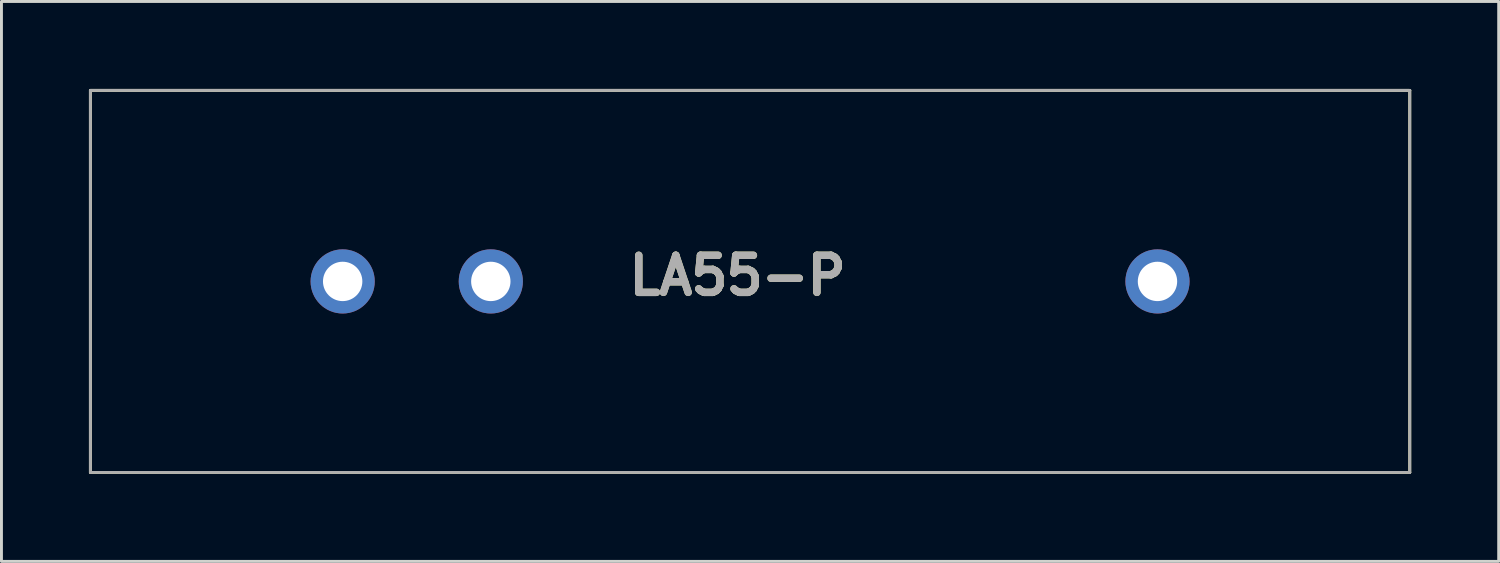
<source format=kicad_pcb>
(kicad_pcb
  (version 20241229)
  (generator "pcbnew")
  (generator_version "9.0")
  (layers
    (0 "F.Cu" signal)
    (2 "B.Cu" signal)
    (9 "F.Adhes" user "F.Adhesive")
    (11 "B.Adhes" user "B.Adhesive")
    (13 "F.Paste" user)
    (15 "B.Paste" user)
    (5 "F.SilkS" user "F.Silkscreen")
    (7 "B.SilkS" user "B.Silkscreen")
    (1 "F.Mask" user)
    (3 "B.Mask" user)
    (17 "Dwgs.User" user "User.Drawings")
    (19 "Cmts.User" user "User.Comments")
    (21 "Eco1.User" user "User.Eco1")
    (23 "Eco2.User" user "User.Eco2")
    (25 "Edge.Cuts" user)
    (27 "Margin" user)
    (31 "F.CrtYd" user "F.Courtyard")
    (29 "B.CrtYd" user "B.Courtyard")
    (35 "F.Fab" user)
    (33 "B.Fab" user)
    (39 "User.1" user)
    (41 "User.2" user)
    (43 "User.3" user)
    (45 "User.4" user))
  (footprint "LA55-P"
    (layer "F.Cu")
    (at 36.64 6.6)
    (property "Reference" "LA55-P" (at -14.4 -0.2 0) (layer "F.SilkS") (effects (font (size 1.27 1.27) (thickness 0.254))))
    (attr through_hole)
    (fp_line (start -36.59 -6.55) (end 8.65 -6.55) (stroke (width 0.1) (type solid)) (layer "F.SilkS"))
    (fp_line (start -36.59 6.55) (end -36.59 -6.55) (stroke (width 0.1) (type solid)) (layer "F.SilkS"))
    (fp_line (start 8.65 -6.55) (end 8.65 6.55) (stroke (width 0.1) (type solid)) (layer "F.SilkS"))
    (fp_line (start 8.65 6.55) (end -36.59 6.55) (stroke (width 0.1) (type solid)) (layer "F.SilkS"))
    (fp_line (start -36.59 -6.55) (end 8.65 -6.55) (stroke (width 0.1) (type solid)) (layer "F.Fab"))
    (fp_line (start -36.59 6.55) (end -36.59 -6.55) (stroke (width 0.1) (type solid)) (layer "F.Fab"))
    (fp_line (start 8.65 -6.55) (end 8.65 6.55) (stroke (width 0.1) (type solid)) (layer "F.Fab"))
    (fp_line (start 8.65 6.55) (end -36.59 6.55) (stroke (width 0.1) (type solid)) (layer "F.Fab"))
    (fp_text user "${REFERENCE}" (at -14.4 -0.2 0) (layer "F.Fab") (effects (font (size 1.27 1.27) (thickness 0.254))))
    (pad "1" thru_hole circle (at -27.94 0) (size 2.2 2.2) (drill 1.35) (layers "*.Cu" "*.Mask"))
    (pad "2" thru_hole circle (at -22.86 0) (size 2.2 2.2) (drill 1.35) (layers "*.Cu" "*.Mask"))
    (pad "3" thru_hole circle (at 0 0) (size 2.2 2.2) (drill 1.35) (layers "*.Cu" "*.Mask")))
  (gr_rect
    (start -3 -3)
    (end 48.34 16.2)
    (stroke (width 0.1) (type default))
    (fill no)
    (layer "Edge.Cuts")))
</source>
